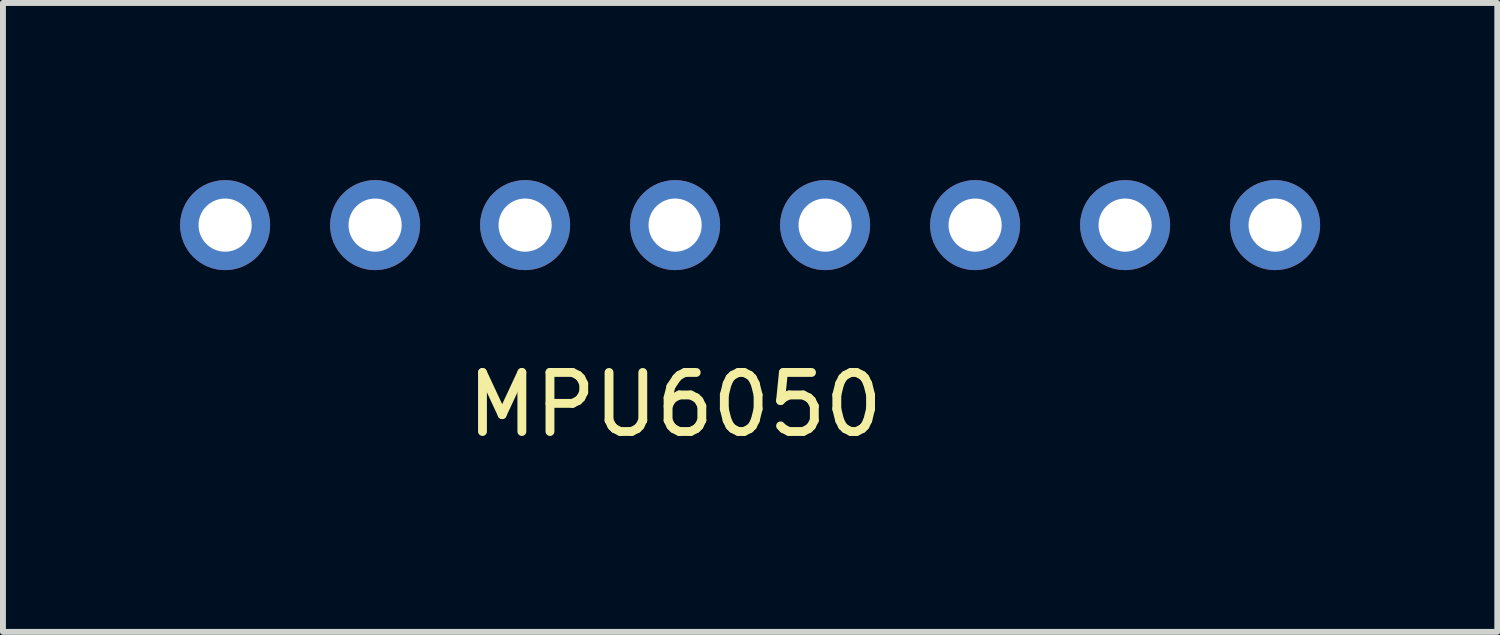
<source format=kicad_pcb>
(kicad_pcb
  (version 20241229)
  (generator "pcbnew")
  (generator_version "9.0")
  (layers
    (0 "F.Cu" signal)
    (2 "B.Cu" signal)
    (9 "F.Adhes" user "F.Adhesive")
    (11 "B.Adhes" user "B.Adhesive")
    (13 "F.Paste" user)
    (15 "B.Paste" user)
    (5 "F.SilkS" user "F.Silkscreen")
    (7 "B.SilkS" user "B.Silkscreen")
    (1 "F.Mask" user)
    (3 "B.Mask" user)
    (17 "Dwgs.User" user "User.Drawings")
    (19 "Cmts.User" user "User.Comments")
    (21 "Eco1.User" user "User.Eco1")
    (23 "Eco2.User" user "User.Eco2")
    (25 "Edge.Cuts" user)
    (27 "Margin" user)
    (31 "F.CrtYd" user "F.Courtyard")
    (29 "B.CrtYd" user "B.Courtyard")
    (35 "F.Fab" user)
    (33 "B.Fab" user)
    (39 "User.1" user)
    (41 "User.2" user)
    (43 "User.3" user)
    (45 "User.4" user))
  (footprint "MPU6050"
    (layer "F.Cu")
    (at 8.382 3.302)
    (property "Reference" "MPU6050" (at 0 0.5 0) (layer "F.SilkS") (effects (font (size 1 1) (thickness 0.15))))
    (attr through_hole)
    (pad "7" thru_hole circle (at -7.62 -2.54) (size 1.524 1.524) (drill 0.9) (layers "*.Cu" "*.Mask"))
    (pad "7" thru_hole circle (at -5.08 -2.54) (size 1.524 1.524) (drill 0.9) (layers "*.Cu" "*.Mask"))
    (pad "7" thru_hole circle (at -2.54 -2.54) (size 1.524 1.524) (drill 0.9) (layers "*.Cu" "*.Mask"))
    (pad "7" thru_hole circle (at 0 -2.54) (size 1.524 1.524) (drill 0.9) (layers "*.Cu" "*.Mask"))
    (pad "7" thru_hole circle (at 2.54 -2.54) (size 1.524 1.524) (drill 0.9) (layers "*.Cu" "*.Mask"))
    (pad "7" thru_hole circle (at 5.08 -2.54) (size 1.524 1.524) (drill 0.9) (layers "*.Cu" "*.Mask"))
    (pad "7" thru_hole circle (at 7.62 -2.54) (size 1.524 1.524) (drill 0.9) (layers "*.Cu" "*.Mask"))
    (pad "7" thru_hole circle (at 10.16 -2.54) (size 1.524 1.524) (drill 0.9) (layers "*.Cu" "*.Mask")))
  (gr_rect
    (start -3 -3)
    (end 22.304 7.65)
    (stroke (width 0.1) (type default))
    (fill no)
    (layer "Edge.Cuts")))
</source>
